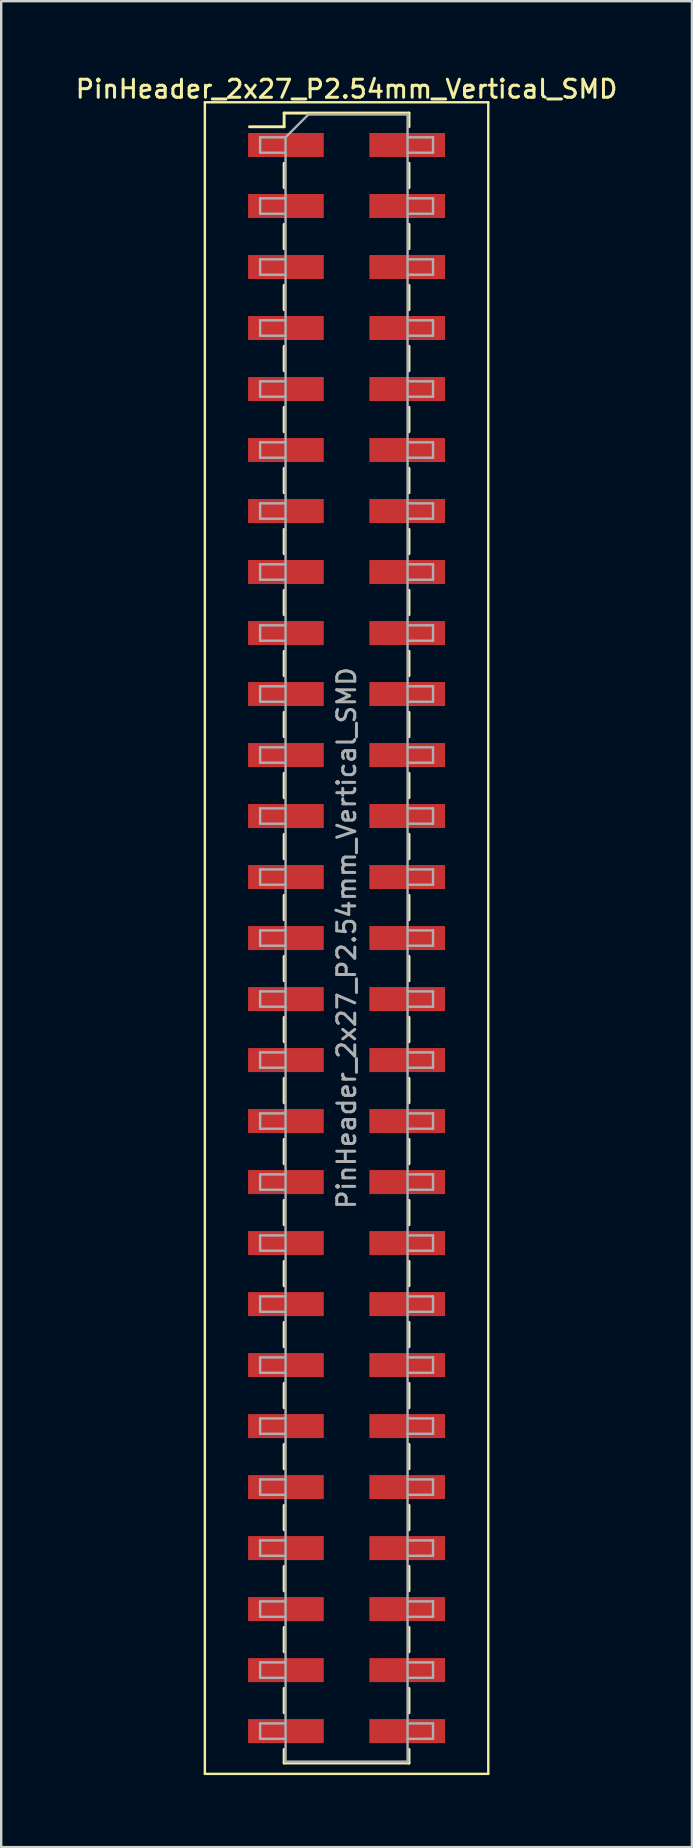
<source format=kicad_pcb>
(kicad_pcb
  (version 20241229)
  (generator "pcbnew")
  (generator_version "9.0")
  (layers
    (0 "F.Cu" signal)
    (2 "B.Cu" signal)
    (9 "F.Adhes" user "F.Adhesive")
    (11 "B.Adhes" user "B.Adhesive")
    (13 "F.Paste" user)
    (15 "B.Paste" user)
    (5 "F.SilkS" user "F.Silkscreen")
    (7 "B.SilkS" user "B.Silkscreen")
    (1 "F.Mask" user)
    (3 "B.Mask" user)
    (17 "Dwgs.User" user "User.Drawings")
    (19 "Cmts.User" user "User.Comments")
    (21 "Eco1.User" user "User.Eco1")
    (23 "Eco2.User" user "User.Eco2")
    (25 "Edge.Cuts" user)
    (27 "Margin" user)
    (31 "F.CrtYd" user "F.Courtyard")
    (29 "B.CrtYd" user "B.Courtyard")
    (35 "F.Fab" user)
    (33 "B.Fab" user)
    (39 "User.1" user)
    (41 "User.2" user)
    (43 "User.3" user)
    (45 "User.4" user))
  (footprint "PinHeader_2x27_P2.54mm_Vertical_SMD"
    (layer "F.Cu")
    (at 11.38 36.008)
    (property "Reference" "PinHeader_2x27_P2.54mm_Vertical_SMD" (at 0 -35.35 0) (layer "F.SilkS") (effects (font (size 0.75 0.75) (thickness 0.125))))
    (attr smd)
    (fp_line (start -5.9 -34.8) (end -5.9 34.8) (stroke (width 0.1) (type solid)) (layer "F.SilkS"))
    (fp_line (start -5.9 34.8) (end 5.9 34.8) (stroke (width 0.1) (type solid)) (layer "F.SilkS"))
    (fp_line (start -4.04 -33.78) (end -2.6 -33.78) (stroke (width 0.12) (type solid)) (layer "F.SilkS"))
    (fp_line (start -2.6 -34.35) (end -2.6 -33.78) (stroke (width 0.12) (type solid)) (layer "F.SilkS"))
    (fp_line (start -2.6 -34.35) (end 2.6 -34.35) (stroke (width 0.12) (type solid)) (layer "F.SilkS"))
    (fp_line (start -2.6 -32.26) (end -2.6 -31.24) (stroke (width 0.12) (type solid)) (layer "F.SilkS"))
    (fp_line (start -2.6 -29.72) (end -2.6 -28.7) (stroke (width 0.12) (type solid)) (layer "F.SilkS"))
    (fp_line (start -2.6 -27.18) (end -2.6 -26.16) (stroke (width 0.12) (type solid)) (layer "F.SilkS"))
    (fp_line (start -2.6 -24.64) (end -2.6 -23.62) (stroke (width 0.12) (type solid)) (layer "F.SilkS"))
    (fp_line (start -2.6 -22.1) (end -2.6 -21.08) (stroke (width 0.12) (type solid)) (layer "F.SilkS"))
    (fp_line (start -2.6 -19.56) (end -2.6 -18.54) (stroke (width 0.12) (type solid)) (layer "F.SilkS"))
    (fp_line (start -2.6 -17.02) (end -2.6 -16) (stroke (width 0.12) (type solid)) (layer "F.SilkS"))
    (fp_line (start -2.6 -14.48) (end -2.6 -13.46) (stroke (width 0.12) (type solid)) (layer "F.SilkS"))
    (fp_line (start -2.6 -11.94) (end -2.6 -10.92) (stroke (width 0.12) (type solid)) (layer "F.SilkS"))
    (fp_line (start -2.6 -9.4) (end -2.6 -8.38) (stroke (width 0.12) (type solid)) (layer "F.SilkS"))
    (fp_line (start -2.6 -6.86) (end -2.6 -5.84) (stroke (width 0.12) (type solid)) (layer "F.SilkS"))
    (fp_line (start -2.6 -4.32) (end -2.6 -3.3) (stroke (width 0.12) (type solid)) (layer "F.SilkS"))
    (fp_line (start -2.6 -1.78) (end -2.6 -0.76) (stroke (width 0.12) (type solid)) (layer "F.SilkS"))
    (fp_line (start -2.6 0.76) (end -2.6 1.78) (stroke (width 0.12) (type solid)) (layer "F.SilkS"))
    (fp_line (start -2.6 3.3) (end -2.6 4.32) (stroke (width 0.12) (type solid)) (layer "F.SilkS"))
    (fp_line (start -2.6 5.84) (end -2.6 6.86) (stroke (width 0.12) (type solid)) (layer "F.SilkS"))
    (fp_line (start -2.6 8.38) (end -2.6 9.4) (stroke (width 0.12) (type solid)) (layer "F.SilkS"))
    (fp_line (start -2.6 10.92) (end -2.6 11.94) (stroke (width 0.12) (type solid)) (layer "F.SilkS"))
    (fp_line (start -2.6 13.46) (end -2.6 14.48) (stroke (width 0.12) (type solid)) (layer "F.SilkS"))
    (fp_line (start -2.6 16) (end -2.6 17.02) (stroke (width 0.12) (type solid)) (layer "F.SilkS"))
    (fp_line (start -2.6 18.54) (end -2.6 19.56) (stroke (width 0.12) (type solid)) (layer "F.SilkS"))
    (fp_line (start -2.6 21.08) (end -2.6 22.1) (stroke (width 0.12) (type solid)) (layer "F.SilkS"))
    (fp_line (start -2.6 23.62) (end -2.6 24.64) (stroke (width 0.12) (type solid)) (layer "F.SilkS"))
    (fp_line (start -2.6 26.16) (end -2.6 27.18) (stroke (width 0.12) (type solid)) (layer "F.SilkS"))
    (fp_line (start -2.6 28.7) (end -2.6 29.72) (stroke (width 0.12) (type solid)) (layer "F.SilkS"))
    (fp_line (start -2.6 31.24) (end -2.6 32.26) (stroke (width 0.12) (type solid)) (layer "F.SilkS"))
    (fp_line (start -2.6 33.78) (end -2.6 34.35) (stroke (width 0.12) (type solid)) (layer "F.SilkS"))
    (fp_line (start -2.6 34.35) (end 2.6 34.35) (stroke (width 0.12) (type solid)) (layer "F.SilkS"))
    (fp_line (start 2.6 -34.35) (end 2.6 -33.78) (stroke (width 0.12) (type solid)) (layer "F.SilkS"))
    (fp_line (start 2.6 -32.26) (end 2.6 -31.24) (stroke (width 0.12) (type solid)) (layer "F.SilkS"))
    (fp_line (start 2.6 -29.72) (end 2.6 -28.7) (stroke (width 0.12) (type solid)) (layer "F.SilkS"))
    (fp_line (start 2.6 -27.18) (end 2.6 -26.16) (stroke (width 0.12) (type solid)) (layer "F.SilkS"))
    (fp_line (start 2.6 -24.64) (end 2.6 -23.62) (stroke (width 0.12) (type solid)) (layer "F.SilkS"))
    (fp_line (start 2.6 -22.1) (end 2.6 -21.08) (stroke (width 0.12) (type solid)) (layer "F.SilkS"))
    (fp_line (start 2.6 -19.56) (end 2.6 -18.54) (stroke (width 0.12) (type solid)) (layer "F.SilkS"))
    (fp_line (start 2.6 -17.02) (end 2.6 -16) (stroke (width 0.12) (type solid)) (layer "F.SilkS"))
    (fp_line (start 2.6 -14.48) (end 2.6 -13.46) (stroke (width 0.12) (type solid)) (layer "F.SilkS"))
    (fp_line (start 2.6 -11.94) (end 2.6 -10.92) (stroke (width 0.12) (type solid)) (layer "F.SilkS"))
    (fp_line (start 2.6 -9.4) (end 2.6 -8.38) (stroke (width 0.12) (type solid)) (layer "F.SilkS"))
    (fp_line (start 2.6 -6.86) (end 2.6 -5.84) (stroke (width 0.12) (type solid)) (layer "F.SilkS"))
    (fp_line (start 2.6 -4.32) (end 2.6 -3.3) (stroke (width 0.12) (type solid)) (layer "F.SilkS"))
    (fp_line (start 2.6 -1.78) (end 2.6 -0.76) (stroke (width 0.12) (type solid)) (layer "F.SilkS"))
    (fp_line (start 2.6 0.76) (end 2.6 1.78) (stroke (width 0.12) (type solid)) (layer "F.SilkS"))
    (fp_line (start 2.6 3.3) (end 2.6 4.32) (stroke (width 0.12) (type solid)) (layer "F.SilkS"))
    (fp_line (start 2.6 5.84) (end 2.6 6.86) (stroke (width 0.12) (type solid)) (layer "F.SilkS"))
    (fp_line (start 2.6 8.38) (end 2.6 9.4) (stroke (width 0.12) (type solid)) (layer "F.SilkS"))
    (fp_line (start 2.6 10.92) (end 2.6 11.94) (stroke (width 0.12) (type solid)) (layer "F.SilkS"))
    (fp_line (start 2.6 13.46) (end 2.6 14.48) (stroke (width 0.12) (type solid)) (layer "F.SilkS"))
    (fp_line (start 2.6 16) (end 2.6 17.02) (stroke (width 0.12) (type solid)) (layer "F.SilkS"))
    (fp_line (start 2.6 18.54) (end 2.6 19.56) (stroke (width 0.12) (type solid)) (layer "F.SilkS"))
    (fp_line (start 2.6 21.08) (end 2.6 22.1) (stroke (width 0.12) (type solid)) (layer "F.SilkS"))
    (fp_line (start 2.6 23.62) (end 2.6 24.64) (stroke (width 0.12) (type solid)) (layer "F.SilkS"))
    (fp_line (start 2.6 26.16) (end 2.6 27.18) (stroke (width 0.12) (type solid)) (layer "F.SilkS"))
    (fp_line (start 2.6 28.7) (end 2.6 29.72) (stroke (width 0.12) (type solid)) (layer "F.SilkS"))
    (fp_line (start 2.6 31.24) (end 2.6 32.26) (stroke (width 0.12) (type solid)) (layer "F.SilkS"))
    (fp_line (start 2.6 33.78) (end 2.6 34.35) (stroke (width 0.12) (type solid)) (layer "F.SilkS"))
    (fp_line (start 5.9 -34.8) (end -5.9 -34.8) (stroke (width 0.1) (type solid)) (layer "F.SilkS"))
    (fp_line (start 5.9 34.8) (end 5.9 -34.8) (stroke (width 0.1) (type solid)) (layer "F.SilkS"))
    (fp_line (start -3.6 -33.34) (end -3.6 -32.7) (stroke (width 0.1) (type solid)) (layer "F.Fab"))
    (fp_line (start -3.6 -32.7) (end -2.54 -32.7) (stroke (width 0.1) (type solid)) (layer "F.Fab"))
    (fp_line (start -3.6 -30.8) (end -3.6 -30.16) (stroke (width 0.1) (type solid)) (layer "F.Fab"))
    (fp_line (start -3.6 -30.16) (end -2.54 -30.16) (stroke (width 0.1) (type solid)) (layer "F.Fab"))
    (fp_line (start -3.6 -28.26) (end -3.6 -27.62) (stroke (width 0.1) (type solid)) (layer "F.Fab"))
    (fp_line (start -3.6 -27.62) (end -2.54 -27.62) (stroke (width 0.1) (type solid)) (layer "F.Fab"))
    (fp_line (start -3.6 -25.72) (end -3.6 -25.08) (stroke (width 0.1) (type solid)) (layer "F.Fab"))
    (fp_line (start -3.6 -25.08) (end -2.54 -25.08) (stroke (width 0.1) (type solid)) (layer "F.Fab"))
    (fp_line (start -3.6 -23.18) (end -3.6 -22.54) (stroke (width 0.1) (type solid)) (layer "F.Fab"))
    (fp_line (start -3.6 -22.54) (end -2.54 -22.54) (stroke (width 0.1) (type solid)) (layer "F.Fab"))
    (fp_line (start -3.6 -20.64) (end -3.6 -20) (stroke (width 0.1) (type solid)) (layer "F.Fab"))
    (fp_line (start -3.6 -20) (end -2.54 -20) (stroke (width 0.1) (type solid)) (layer "F.Fab"))
    (fp_line (start -3.6 -18.1) (end -3.6 -17.46) (stroke (width 0.1) (type solid)) (layer "F.Fab"))
    (fp_line (start -3.6 -17.46) (end -2.54 -17.46) (stroke (width 0.1) (type solid)) (layer "F.Fab"))
    (fp_line (start -3.6 -15.56) (end -3.6 -14.92) (stroke (width 0.1) (type solid)) (layer "F.Fab"))
    (fp_line (start -3.6 -14.92) (end -2.54 -14.92) (stroke (width 0.1) (type solid)) (layer "F.Fab"))
    (fp_line (start -3.6 -13.02) (end -3.6 -12.38) (stroke (width 0.1) (type solid)) (layer "F.Fab"))
    (fp_line (start -3.6 -12.38) (end -2.54 -12.38) (stroke (width 0.1) (type solid)) (layer "F.Fab"))
    (fp_line (start -3.6 -10.48) (end -3.6 -9.84) (stroke (width 0.1) (type solid)) (layer "F.Fab"))
    (fp_line (start -3.6 -9.84) (end -2.54 -9.84) (stroke (width 0.1) (type solid)) (layer "F.Fab"))
    (fp_line (start -3.6 -7.94) (end -3.6 -7.3) (stroke (width 0.1) (type solid)) (layer "F.Fab"))
    (fp_line (start -3.6 -7.3) (end -2.54 -7.3) (stroke (width 0.1) (type solid)) (layer "F.Fab"))
    (fp_line (start -3.6 -5.4) (end -3.6 -4.76) (stroke (width 0.1) (type solid)) (layer "F.Fab"))
    (fp_line (start -3.6 -4.76) (end -2.54 -4.76) (stroke (width 0.1) (type solid)) (layer "F.Fab"))
    (fp_line (start -3.6 -2.86) (end -3.6 -2.22) (stroke (width 0.1) (type solid)) (layer "F.Fab"))
    (fp_line (start -3.6 -2.22) (end -2.54 -2.22) (stroke (width 0.1) (type solid)) (layer "F.Fab"))
    (fp_line (start -3.6 -0.32) (end -3.6 0.32) (stroke (width 0.1) (type solid)) (layer "F.Fab"))
    (fp_line (start -3.6 0.32) (end -2.54 0.32) (stroke (width 0.1) (type solid)) (layer "F.Fab"))
    (fp_line (start -3.6 2.22) (end -3.6 2.86) (stroke (width 0.1) (type solid)) (layer "F.Fab"))
    (fp_line (start -3.6 2.86) (end -2.54 2.86) (stroke (width 0.1) (type solid)) (layer "F.Fab"))
    (fp_line (start -3.6 4.76) (end -3.6 5.4) (stroke (width 0.1) (type solid)) (layer "F.Fab"))
    (fp_line (start -3.6 5.4) (end -2.54 5.4) (stroke (width 0.1) (type solid)) (layer "F.Fab"))
    (fp_line (start -3.6 7.3) (end -3.6 7.94) (stroke (width 0.1) (type solid)) (layer "F.Fab"))
    (fp_line (start -3.6 7.94) (end -2.54 7.94) (stroke (width 0.1) (type solid)) (layer "F.Fab"))
    (fp_line (start -3.6 9.84) (end -3.6 10.48) (stroke (width 0.1) (type solid)) (layer "F.Fab"))
    (fp_line (start -3.6 10.48) (end -2.54 10.48) (stroke (width 0.1) (type solid)) (layer "F.Fab"))
    (fp_line (start -3.6 12.38) (end -3.6 13.02) (stroke (width 0.1) (type solid)) (layer "F.Fab"))
    (fp_line (start -3.6 13.02) (end -2.54 13.02) (stroke (width 0.1) (type solid)) (layer "F.Fab"))
    (fp_line (start -3.6 14.92) (end -3.6 15.56) (stroke (width 0.1) (type solid)) (layer "F.Fab"))
    (fp_line (start -3.6 15.56) (end -2.54 15.56) (stroke (width 0.1) (type solid)) (layer "F.Fab"))
    (fp_line (start -3.6 17.46) (end -3.6 18.1) (stroke (width 0.1) (type solid)) (layer "F.Fab"))
    (fp_line (start -3.6 18.1) (end -2.54 18.1) (stroke (width 0.1) (type solid)) (layer "F.Fab"))
    (fp_line (start -3.6 20) (end -3.6 20.64) (stroke (width 0.1) (type solid)) (layer "F.Fab"))
    (fp_line (start -3.6 20.64) (end -2.54 20.64) (stroke (width 0.1) (type solid)) (layer "F.Fab"))
    (fp_line (start -3.6 22.54) (end -3.6 23.18) (stroke (width 0.1) (type solid)) (layer "F.Fab"))
    (fp_line (start -3.6 23.18) (end -2.54 23.18) (stroke (width 0.1) (type solid)) (layer "F.Fab"))
    (fp_line (start -3.6 25.08) (end -3.6 25.72) (stroke (width 0.1) (type solid)) (layer "F.Fab"))
    (fp_line (start -3.6 25.72) (end -2.54 25.72) (stroke (width 0.1) (type solid)) (layer "F.Fab"))
    (fp_line (start -3.6 27.62) (end -3.6 28.26) (stroke (width 0.1) (type solid)) (layer "F.Fab"))
    (fp_line (start -3.6 28.26) (end -2.54 28.26) (stroke (width 0.1) (type solid)) (layer "F.Fab"))
    (fp_line (start -3.6 30.16) (end -3.6 30.8) (stroke (width 0.1) (type solid)) (layer "F.Fab"))
    (fp_line (start -3.6 30.8) (end -2.54 30.8) (stroke (width 0.1) (type solid)) (layer "F.Fab"))
    (fp_line (start -3.6 32.7) (end -3.6 33.34) (stroke (width 0.1) (type solid)) (layer "F.Fab"))
    (fp_line (start -3.6 33.34) (end -2.54 33.34) (stroke (width 0.1) (type solid)) (layer "F.Fab"))
    (fp_line (start -2.54 -33.34) (end -3.6 -33.34) (stroke (width 0.1) (type solid)) (layer "F.Fab"))
    (fp_line (start -2.54 -33.34) (end -1.59 -34.29) (stroke (width 0.1) (type solid)) (layer "F.Fab"))
    (fp_line (start -2.54 -30.8) (end -3.6 -30.8) (stroke (width 0.1) (type solid)) (layer "F.Fab"))
    (fp_line (start -2.54 -28.26) (end -3.6 -28.26) (stroke (width 0.1) (type solid)) (layer "F.Fab"))
    (fp_line (start -2.54 -25.72) (end -3.6 -25.72) (stroke (width 0.1) (type solid)) (layer "F.Fab"))
    (fp_line (start -2.54 -23.18) (end -3.6 -23.18) (stroke (width 0.1) (type solid)) (layer "F.Fab"))
    (fp_line (start -2.54 -20.64) (end -3.6 -20.64) (stroke (width 0.1) (type solid)) (layer "F.Fab"))
    (fp_line (start -2.54 -18.1) (end -3.6 -18.1) (stroke (width 0.1) (type solid)) (layer "F.Fab"))
    (fp_line (start -2.54 -15.56) (end -3.6 -15.56) (stroke (width 0.1) (type solid)) (layer "F.Fab"))
    (fp_line (start -2.54 -13.02) (end -3.6 -13.02) (stroke (width 0.1) (type solid)) (layer "F.Fab"))
    (fp_line (start -2.54 -10.48) (end -3.6 -10.48) (stroke (width 0.1) (type solid)) (layer "F.Fab"))
    (fp_line (start -2.54 -7.94) (end -3.6 -7.94) (stroke (width 0.1) (type solid)) (layer "F.Fab"))
    (fp_line (start -2.54 -5.4) (end -3.6 -5.4) (stroke (width 0.1) (type solid)) (layer "F.Fab"))
    (fp_line (start -2.54 -2.86) (end -3.6 -2.86) (stroke (width 0.1) (type solid)) (layer "F.Fab"))
    (fp_line (start -2.54 -0.32) (end -3.6 -0.32) (stroke (width 0.1) (type solid)) (layer "F.Fab"))
    (fp_line (start -2.54 2.22) (end -3.6 2.22) (stroke (width 0.1) (type solid)) (layer "F.Fab"))
    (fp_line (start -2.54 4.76) (end -3.6 4.76) (stroke (width 0.1) (type solid)) (layer "F.Fab"))
    (fp_line (start -2.54 7.3) (end -3.6 7.3) (stroke (width 0.1) (type solid)) (layer "F.Fab"))
    (fp_line (start -2.54 9.84) (end -3.6 9.84) (stroke (width 0.1) (type solid)) (layer "F.Fab"))
    (fp_line (start -2.54 12.38) (end -3.6 12.38) (stroke (width 0.1) (type solid)) (layer "F.Fab"))
    (fp_line (start -2.54 14.92) (end -3.6 14.92) (stroke (width 0.1) (type solid)) (layer "F.Fab"))
    (fp_line (start -2.54 17.46) (end -3.6 17.46) (stroke (width 0.1) (type solid)) (layer "F.Fab"))
    (fp_line (start -2.54 20) (end -3.6 20) (stroke (width 0.1) (type solid)) (layer "F.Fab"))
    (fp_line (start -2.54 22.54) (end -3.6 22.54) (stroke (width 0.1) (type solid)) (layer "F.Fab"))
    (fp_line (start -2.54 25.08) (end -3.6 25.08) (stroke (width 0.1) (type solid)) (layer "F.Fab"))
    (fp_line (start -2.54 27.62) (end -3.6 27.62) (stroke (width 0.1) (type solid)) (layer "F.Fab"))
    (fp_line (start -2.54 30.16) (end -3.6 30.16) (stroke (width 0.1) (type solid)) (layer "F.Fab"))
    (fp_line (start -2.54 32.7) (end -3.6 32.7) (stroke (width 0.1) (type solid)) (layer "F.Fab"))
    (fp_line (start -2.54 34.29) (end -2.54 -33.34) (stroke (width 0.1) (type solid)) (layer "F.Fab"))
    (fp_line (start -1.59 -34.29) (end 2.54 -34.29) (stroke (width 0.1) (type solid)) (layer "F.Fab"))
    (fp_line (start 2.54 -34.29) (end 2.54 34.29) (stroke (width 0.1) (type solid)) (layer "F.Fab"))
    (fp_line (start 2.54 -33.34) (end 3.6 -33.34) (stroke (width 0.1) (type solid)) (layer "F.Fab"))
    (fp_line (start 2.54 -30.8) (end 3.6 -30.8) (stroke (width 0.1) (type solid)) (layer "F.Fab"))
    (fp_line (start 2.54 -28.26) (end 3.6 -28.26) (stroke (width 0.1) (type solid)) (layer "F.Fab"))
    (fp_line (start 2.54 -25.72) (end 3.6 -25.72) (stroke (width 0.1) (type solid)) (layer "F.Fab"))
    (fp_line (start 2.54 -23.18) (end 3.6 -23.18) (stroke (width 0.1) (type solid)) (layer "F.Fab"))
    (fp_line (start 2.54 -20.64) (end 3.6 -20.64) (stroke (width 0.1) (type solid)) (layer "F.Fab"))
    (fp_line (start 2.54 -18.1) (end 3.6 -18.1) (stroke (width 0.1) (type solid)) (layer "F.Fab"))
    (fp_line (start 2.54 -15.56) (end 3.6 -15.56) (stroke (width 0.1) (type solid)) (layer "F.Fab"))
    (fp_line (start 2.54 -13.02) (end 3.6 -13.02) (stroke (width 0.1) (type solid)) (layer "F.Fab"))
    (fp_line (start 2.54 -10.48) (end 3.6 -10.48) (stroke (width 0.1) (type solid)) (layer "F.Fab"))
    (fp_line (start 2.54 -7.94) (end 3.6 -7.94) (stroke (width 0.1) (type solid)) (layer "F.Fab"))
    (fp_line (start 2.54 -5.4) (end 3.6 -5.4) (stroke (width 0.1) (type solid)) (layer "F.Fab"))
    (fp_line (start 2.54 -2.86) (end 3.6 -2.86) (stroke (width 0.1) (type solid)) (layer "F.Fab"))
    (fp_line (start 2.54 -0.32) (end 3.6 -0.32) (stroke (width 0.1) (type solid)) (layer "F.Fab"))
    (fp_line (start 2.54 2.22) (end 3.6 2.22) (stroke (width 0.1) (type solid)) (layer "F.Fab"))
    (fp_line (start 2.54 4.76) (end 3.6 4.76) (stroke (width 0.1) (type solid)) (layer "F.Fab"))
    (fp_line (start 2.54 7.3) (end 3.6 7.3) (stroke (width 0.1) (type solid)) (layer "F.Fab"))
    (fp_line (start 2.54 9.84) (end 3.6 9.84) (stroke (width 0.1) (type solid)) (layer "F.Fab"))
    (fp_line (start 2.54 12.38) (end 3.6 12.38) (stroke (width 0.1) (type solid)) (layer "F.Fab"))
    (fp_line (start 2.54 14.92) (end 3.6 14.92) (stroke (width 0.1) (type solid)) (layer "F.Fab"))
    (fp_line (start 2.54 17.46) (end 3.6 17.46) (stroke (width 0.1) (type solid)) (layer "F.Fab"))
    (fp_line (start 2.54 20) (end 3.6 20) (stroke (width 0.1) (type solid)) (layer "F.Fab"))
    (fp_line (start 2.54 22.54) (end 3.6 22.54) (stroke (width 0.1) (type solid)) (layer "F.Fab"))
    (fp_line (start 2.54 25.08) (end 3.6 25.08) (stroke (width 0.1) (type solid)) (layer "F.Fab"))
    (fp_line (start 2.54 27.62) (end 3.6 27.62) (stroke (width 0.1) (type solid)) (layer "F.Fab"))
    (fp_line (start 2.54 30.16) (end 3.6 30.16) (stroke (width 0.1) (type solid)) (layer "F.Fab"))
    (fp_line (start 2.54 32.7) (end 3.6 32.7) (stroke (width 0.1) (type solid)) (layer "F.Fab"))
    (fp_line (start 2.54 34.29) (end -2.54 34.29) (stroke (width 0.1) (type solid)) (layer "F.Fab"))
    (fp_line (start 3.6 -33.34) (end 3.6 -32.7) (stroke (width 0.1) (type solid)) (layer "F.Fab"))
    (fp_line (start 3.6 -32.7) (end 2.54 -32.7) (stroke (width 0.1) (type solid)) (layer "F.Fab"))
    (fp_line (start 3.6 -30.8) (end 3.6 -30.16) (stroke (width 0.1) (type solid)) (layer "F.Fab"))
    (fp_line (start 3.6 -30.16) (end 2.54 -30.16) (stroke (width 0.1) (type solid)) (layer "F.Fab"))
    (fp_line (start 3.6 -28.26) (end 3.6 -27.62) (stroke (width 0.1) (type solid)) (layer "F.Fab"))
    (fp_line (start 3.6 -27.62) (end 2.54 -27.62) (stroke (width 0.1) (type solid)) (layer "F.Fab"))
    (fp_line (start 3.6 -25.72) (end 3.6 -25.08) (stroke (width 0.1) (type solid)) (layer "F.Fab"))
    (fp_line (start 3.6 -25.08) (end 2.54 -25.08) (stroke (width 0.1) (type solid)) (layer "F.Fab"))
    (fp_line (start 3.6 -23.18) (end 3.6 -22.54) (stroke (width 0.1) (type solid)) (layer "F.Fab"))
    (fp_line (start 3.6 -22.54) (end 2.54 -22.54) (stroke (width 0.1) (type solid)) (layer "F.Fab"))
    (fp_line (start 3.6 -20.64) (end 3.6 -20) (stroke (width 0.1) (type solid)) (layer "F.Fab"))
    (fp_line (start 3.6 -20) (end 2.54 -20) (stroke (width 0.1) (type solid)) (layer "F.Fab"))
    (fp_line (start 3.6 -18.1) (end 3.6 -17.46) (stroke (width 0.1) (type solid)) (layer "F.Fab"))
    (fp_line (start 3.6 -17.46) (end 2.54 -17.46) (stroke (width 0.1) (type solid)) (layer "F.Fab"))
    (fp_line (start 3.6 -15.56) (end 3.6 -14.92) (stroke (width 0.1) (type solid)) (layer "F.Fab"))
    (fp_line (start 3.6 -14.92) (end 2.54 -14.92) (stroke (width 0.1) (type solid)) (layer "F.Fab"))
    (fp_line (start 3.6 -13.02) (end 3.6 -12.38) (stroke (width 0.1) (type solid)) (layer "F.Fab"))
    (fp_line (start 3.6 -12.38) (end 2.54 -12.38) (stroke (width 0.1) (type solid)) (layer "F.Fab"))
    (fp_line (start 3.6 -10.48) (end 3.6 -9.84) (stroke (width 0.1) (type solid)) (layer "F.Fab"))
    (fp_line (start 3.6 -9.84) (end 2.54 -9.84) (stroke (width 0.1) (type solid)) (layer "F.Fab"))
    (fp_line (start 3.6 -7.94) (end 3.6 -7.3) (stroke (width 0.1) (type solid)) (layer "F.Fab"))
    (fp_line (start 3.6 -7.3) (end 2.54 -7.3) (stroke (width 0.1) (type solid)) (layer "F.Fab"))
    (fp_line (start 3.6 -5.4) (end 3.6 -4.76) (stroke (width 0.1) (type solid)) (layer "F.Fab"))
    (fp_line (start 3.6 -4.76) (end 2.54 -4.76) (stroke (width 0.1) (type solid)) (layer "F.Fab"))
    (fp_line (start 3.6 -2.86) (end 3.6 -2.22) (stroke (width 0.1) (type solid)) (layer "F.Fab"))
    (fp_line (start 3.6 -2.22) (end 2.54 -2.22) (stroke (width 0.1) (type solid)) (layer "F.Fab"))
    (fp_line (start 3.6 -0.32) (end 3.6 0.32) (stroke (width 0.1) (type solid)) (layer "F.Fab"))
    (fp_line (start 3.6 0.32) (end 2.54 0.32) (stroke (width 0.1) (type solid)) (layer "F.Fab"))
    (fp_line (start 3.6 2.22) (end 3.6 2.86) (stroke (width 0.1) (type solid)) (layer "F.Fab"))
    (fp_line (start 3.6 2.86) (end 2.54 2.86) (stroke (width 0.1) (type solid)) (layer "F.Fab"))
    (fp_line (start 3.6 4.76) (end 3.6 5.4) (stroke (width 0.1) (type solid)) (layer "F.Fab"))
    (fp_line (start 3.6 5.4) (end 2.54 5.4) (stroke (width 0.1) (type solid)) (layer "F.Fab"))
    (fp_line (start 3.6 7.3) (end 3.6 7.94) (stroke (width 0.1) (type solid)) (layer "F.Fab"))
    (fp_line (start 3.6 7.94) (end 2.54 7.94) (stroke (width 0.1) (type solid)) (layer "F.Fab"))
    (fp_line (start 3.6 9.84) (end 3.6 10.48) (stroke (width 0.1) (type solid)) (layer "F.Fab"))
    (fp_line (start 3.6 10.48) (end 2.54 10.48) (stroke (width 0.1) (type solid)) (layer "F.Fab"))
    (fp_line (start 3.6 12.38) (end 3.6 13.02) (stroke (width 0.1) (type solid)) (layer "F.Fab"))
    (fp_line (start 3.6 13.02) (end 2.54 13.02) (stroke (width 0.1) (type solid)) (layer "F.Fab"))
    (fp_line (start 3.6 14.92) (end 3.6 15.56) (stroke (width 0.1) (type solid)) (layer "F.Fab"))
    (fp_line (start 3.6 15.56) (end 2.54 15.56) (stroke (width 0.1) (type solid)) (layer "F.Fab"))
    (fp_line (start 3.6 17.46) (end 3.6 18.1) (stroke (width 0.1) (type solid)) (layer "F.Fab"))
    (fp_line (start 3.6 18.1) (end 2.54 18.1) (stroke (width 0.1) (type solid)) (layer "F.Fab"))
    (fp_line (start 3.6 20) (end 3.6 20.64) (stroke (width 0.1) (type solid)) (layer "F.Fab"))
    (fp_line (start 3.6 20.64) (end 2.54 20.64) (stroke (width 0.1) (type solid)) (layer "F.Fab"))
    (fp_line (start 3.6 22.54) (end 3.6 23.18) (stroke (width 0.1) (type solid)) (layer "F.Fab"))
    (fp_line (start 3.6 23.18) (end 2.54 23.18) (stroke (width 0.1) (type solid)) (layer "F.Fab"))
    (fp_line (start 3.6 25.08) (end 3.6 25.72) (stroke (width 0.1) (type solid)) (layer "F.Fab"))
    (fp_line (start 3.6 25.72) (end 2.54 25.72) (stroke (width 0.1) (type solid)) (layer "F.Fab"))
    (fp_line (start 3.6 27.62) (end 3.6 28.26) (stroke (width 0.1) (type solid)) (layer "F.Fab"))
    (fp_line (start 3.6 28.26) (end 2.54 28.26) (stroke (width 0.1) (type solid)) (layer "F.Fab"))
    (fp_line (start 3.6 30.16) (end 3.6 30.8) (stroke (width 0.1) (type solid)) (layer "F.Fab"))
    (fp_line (start 3.6 30.8) (end 2.54 30.8) (stroke (width 0.1) (type solid)) (layer "F.Fab"))
    (fp_line (start 3.6 32.7) (end 3.6 33.34) (stroke (width 0.1) (type solid)) (layer "F.Fab"))
    (fp_line (start 3.6 33.34) (end 2.54 33.34) (stroke (width 0.1) (type solid)) (layer "F.Fab"))
    (fp_text user "${REFERENCE}" (at 0 0 90) (layer "F.Fab") (effects (font (size 0.75 0.75) (thickness 0.125))))
    (pad "1" smd rect (at -2.525 -33.02) (size 3.15 1) (layers "F.Cu" "F.Mask" "F.Paste"))
    (pad "2" smd rect (at 2.525 -33.02) (size 3.15 1) (layers "F.Cu" "F.Mask" "F.Paste"))
    (pad "3" smd rect (at -2.525 -30.48) (size 3.15 1) (layers "F.Cu" "F.Mask" "F.Paste"))
    (pad "4" smd rect (at 2.525 -30.48) (size 3.15 1) (layers "F.Cu" "F.Mask" "F.Paste"))
    (pad "5" smd rect (at -2.525 -27.94) (size 3.15 1) (layers "F.Cu" "F.Mask" "F.Paste"))
    (pad "6" smd rect (at 2.525 -27.94) (size 3.15 1) (layers "F.Cu" "F.Mask" "F.Paste"))
    (pad "7" smd rect (at -2.525 -25.4) (size 3.15 1) (layers "F.Cu" "F.Mask" "F.Paste"))
    (pad "8" smd rect (at 2.525 -25.4) (size 3.15 1) (layers "F.Cu" "F.Mask" "F.Paste"))
    (pad "9" smd rect (at -2.525 -22.86) (size 3.15 1) (layers "F.Cu" "F.Mask" "F.Paste"))
    (pad "10" smd rect (at 2.525 -22.86) (size 3.15 1) (layers "F.Cu" "F.Mask" "F.Paste"))
    (pad "11" smd rect (at -2.525 -20.32) (size 3.15 1) (layers "F.Cu" "F.Mask" "F.Paste"))
    (pad "12" smd rect (at 2.525 -20.32) (size 3.15 1) (layers "F.Cu" "F.Mask" "F.Paste"))
    (pad "13" smd rect (at -2.525 -17.78) (size 3.15 1) (layers "F.Cu" "F.Mask" "F.Paste"))
    (pad "14" smd rect (at 2.525 -17.78) (size 3.15 1) (layers "F.Cu" "F.Mask" "F.Paste"))
    (pad "15" smd rect (at -2.525 -15.24) (size 3.15 1) (layers "F.Cu" "F.Mask" "F.Paste"))
    (pad "16" smd rect (at 2.525 -15.24) (size 3.15 1) (layers "F.Cu" "F.Mask" "F.Paste"))
    (pad "17" smd rect (at -2.525 -12.7) (size 3.15 1) (layers "F.Cu" "F.Mask" "F.Paste"))
    (pad "18" smd rect (at 2.525 -12.7) (size 3.15 1) (layers "F.Cu" "F.Mask" "F.Paste"))
    (pad "19" smd rect (at -2.525 -10.16) (size 3.15 1) (layers "F.Cu" "F.Mask" "F.Paste"))
    (pad "20" smd rect (at 2.525 -10.16) (size 3.15 1) (layers "F.Cu" "F.Mask" "F.Paste"))
    (pad "21" smd rect (at -2.525 -7.62) (size 3.15 1) (layers "F.Cu" "F.Mask" "F.Paste"))
    (pad "22" smd rect (at 2.525 -7.62) (size 3.15 1) (layers "F.Cu" "F.Mask" "F.Paste"))
    (pad "23" smd rect (at -2.525 -5.08) (size 3.15 1) (layers "F.Cu" "F.Mask" "F.Paste"))
    (pad "24" smd rect (at 2.525 -5.08) (size 3.15 1) (layers "F.Cu" "F.Mask" "F.Paste"))
    (pad "25" smd rect (at -2.525 -2.54) (size 3.15 1) (layers "F.Cu" "F.Mask" "F.Paste"))
    (pad "26" smd rect (at 2.525 -2.54) (size 3.15 1) (layers "F.Cu" "F.Mask" "F.Paste"))
    (pad "27" smd rect (at -2.525 0) (size 3.15 1) (layers "F.Cu" "F.Mask" "F.Paste"))
    (pad "28" smd rect (at 2.525 0) (size 3.15 1) (layers "F.Cu" "F.Mask" "F.Paste"))
    (pad "29" smd rect (at -2.525 2.54) (size 3.15 1) (layers "F.Cu" "F.Mask" "F.Paste"))
    (pad "30" smd rect (at 2.525 2.54) (size 3.15 1) (layers "F.Cu" "F.Mask" "F.Paste"))
    (pad "31" smd rect (at -2.525 5.08) (size 3.15 1) (layers "F.Cu" "F.Mask" "F.Paste"))
    (pad "32" smd rect (at 2.525 5.08) (size 3.15 1) (layers "F.Cu" "F.Mask" "F.Paste"))
    (pad "33" smd rect (at -2.525 7.62) (size 3.15 1) (layers "F.Cu" "F.Mask" "F.Paste"))
    (pad "34" smd rect (at 2.525 7.62) (size 3.15 1) (layers "F.Cu" "F.Mask" "F.Paste"))
    (pad "35" smd rect (at -2.525 10.16) (size 3.15 1) (layers "F.Cu" "F.Mask" "F.Paste"))
    (pad "36" smd rect (at 2.525 10.16) (size 3.15 1) (layers "F.Cu" "F.Mask" "F.Paste"))
    (pad "37" smd rect (at -2.525 12.7) (size 3.15 1) (layers "F.Cu" "F.Mask" "F.Paste"))
    (pad "38" smd rect (at 2.525 12.7) (size 3.15 1) (layers "F.Cu" "F.Mask" "F.Paste"))
    (pad "39" smd rect (at -2.525 15.24) (size 3.15 1) (layers "F.Cu" "F.Mask" "F.Paste"))
    (pad "40" smd rect (at 2.525 15.24) (size 3.15 1) (layers "F.Cu" "F.Mask" "F.Paste"))
    (pad "41" smd rect (at -2.525 17.78) (size 3.15 1) (layers "F.Cu" "F.Mask" "F.Paste"))
    (pad "42" smd rect (at 2.525 17.78) (size 3.15 1) (layers "F.Cu" "F.Mask" "F.Paste"))
    (pad "43" smd rect (at -2.525 20.32) (size 3.15 1) (layers "F.Cu" "F.Mask" "F.Paste"))
    (pad "44" smd rect (at 2.525 20.32) (size 3.15 1) (layers "F.Cu" "F.Mask" "F.Paste"))
    (pad "45" smd rect (at -2.525 22.86) (size 3.15 1) (layers "F.Cu" "F.Mask" "F.Paste"))
    (pad "46" smd rect (at 2.525 22.86) (size 3.15 1) (layers "F.Cu" "F.Mask" "F.Paste"))
    (pad "47" smd rect (at -2.525 25.4) (size 3.15 1) (layers "F.Cu" "F.Mask" "F.Paste"))
    (pad "48" smd rect (at 2.525 25.4) (size 3.15 1) (layers "F.Cu" "F.Mask" "F.Paste"))
    (pad "49" smd rect (at -2.525 27.94) (size 3.15 1) (layers "F.Cu" "F.Mask" "F.Paste"))
    (pad "50" smd rect (at 2.525 27.94) (size 3.15 1) (layers "F.Cu" "F.Mask" "F.Paste"))
    (pad "51" smd rect (at -2.525 30.48) (size 3.15 1) (layers "F.Cu" "F.Mask" "F.Paste"))
    (pad "52" smd rect (at 2.525 30.48) (size 3.15 1) (layers "F.Cu" "F.Mask" "F.Paste"))
    (pad "53" smd rect (at -2.525 33.02) (size 3.15 1) (layers "F.Cu" "F.Mask" "F.Paste"))
    (pad "54" smd rect (at 2.525 33.02) (size 3.15 1) (layers "F.Cu" "F.Mask" "F.Paste")))
  (gr_rect
    (start -3 -3)
    (end 25.761 73.858)
    (stroke (width 0.1) (type default))
    (fill no)
    (layer "Edge.Cuts")))
</source>
